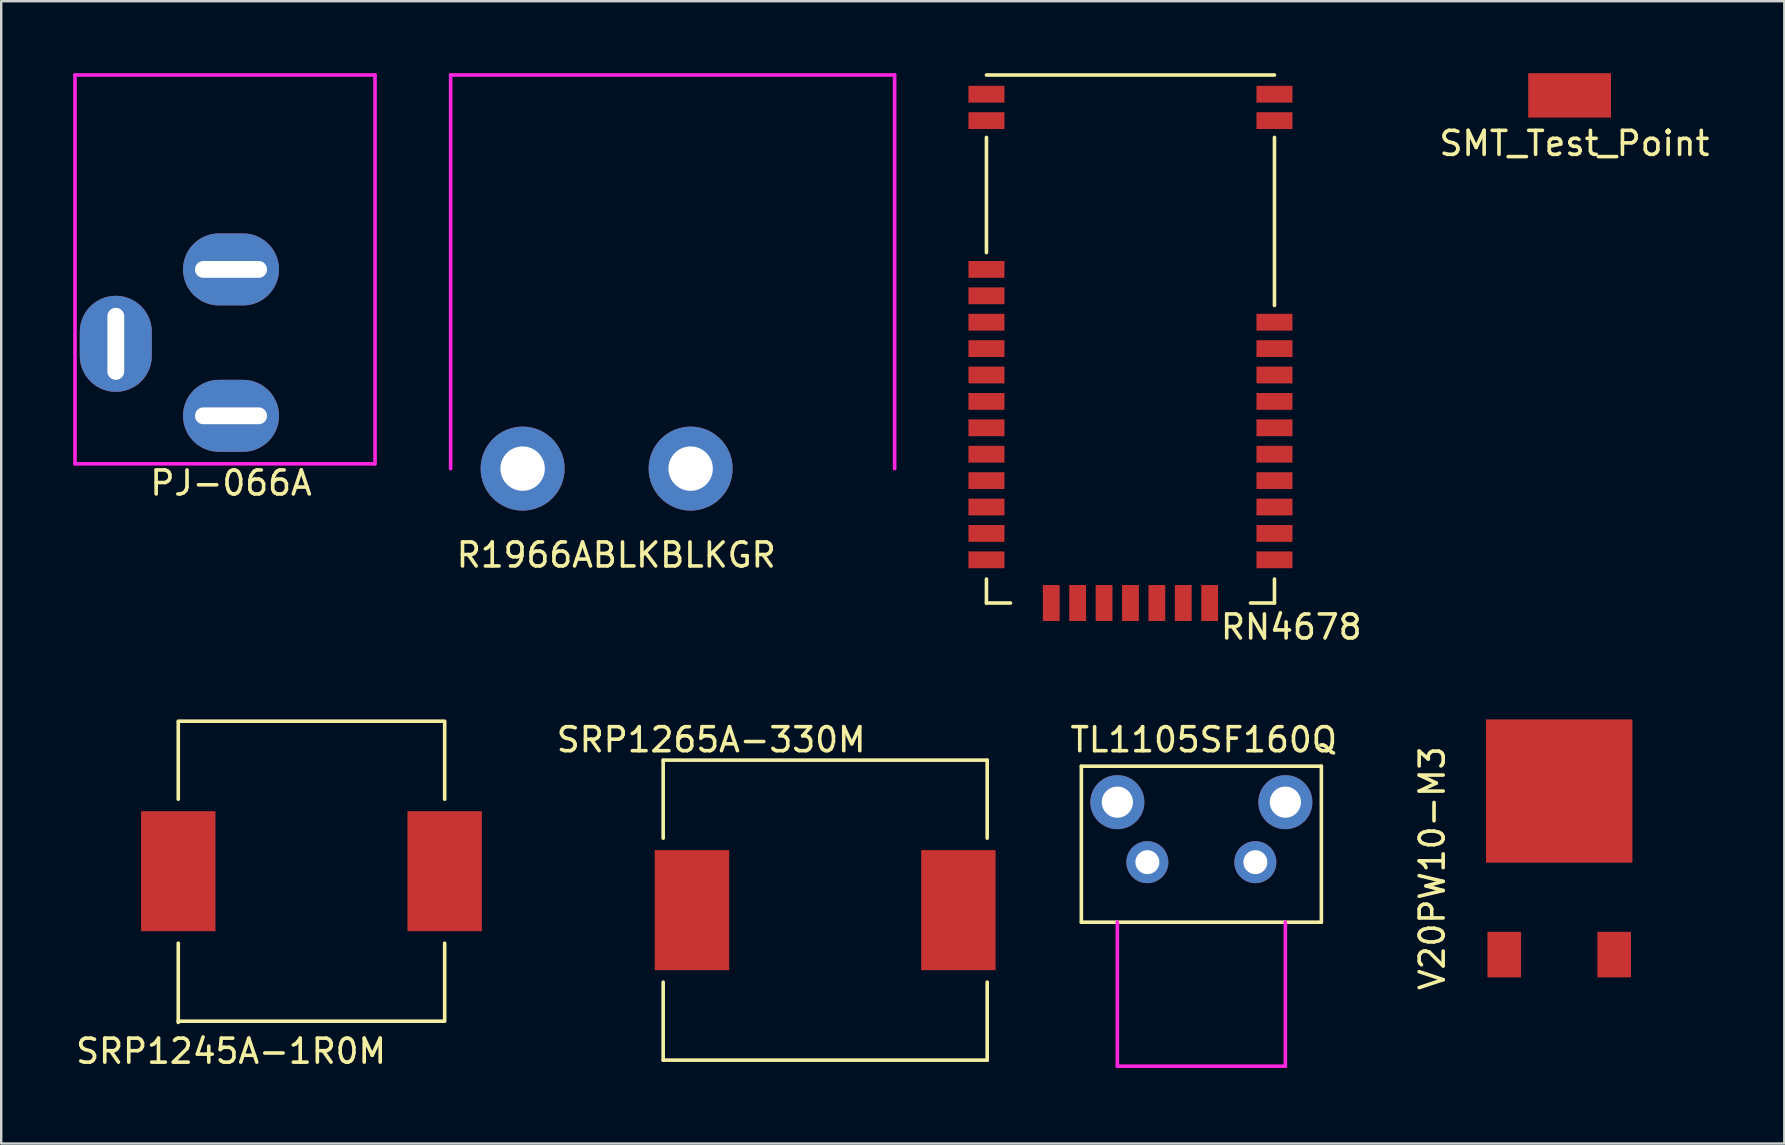
<source format=kicad_pcb>
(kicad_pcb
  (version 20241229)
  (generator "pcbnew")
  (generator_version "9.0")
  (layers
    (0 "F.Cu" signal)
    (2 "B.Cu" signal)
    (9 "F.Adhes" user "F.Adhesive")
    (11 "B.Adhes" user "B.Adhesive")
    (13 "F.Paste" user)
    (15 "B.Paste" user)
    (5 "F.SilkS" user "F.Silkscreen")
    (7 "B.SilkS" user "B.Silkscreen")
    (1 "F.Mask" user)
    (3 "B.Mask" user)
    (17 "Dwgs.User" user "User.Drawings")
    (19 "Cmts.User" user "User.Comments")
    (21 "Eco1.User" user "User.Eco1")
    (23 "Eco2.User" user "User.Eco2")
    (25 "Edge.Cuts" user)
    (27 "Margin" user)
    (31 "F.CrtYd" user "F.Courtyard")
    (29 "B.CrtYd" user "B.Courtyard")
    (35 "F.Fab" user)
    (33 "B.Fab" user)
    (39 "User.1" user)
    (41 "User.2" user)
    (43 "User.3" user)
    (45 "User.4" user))
  (footprint "R1966ABLKBLKGR"
    (layer "F.Cu")
    (at 18.725 16.475)
    (property "Reference" "R1966ABLKBLKGR" (at 3.9 3.6 0) (layer "F.SilkS") (effects (font (size 1 1) (thickness 0.15))))
    (attr through_hole)
    (fp_line (start -3 -16.4) (end 15.5 -16.4) (stroke (width 0.15) (type solid)) (layer "F.CrtYd"))
    (fp_line (start -3 0) (end -3 -16.4) (stroke (width 0.15) (type solid)) (layer "F.CrtYd"))
    (fp_line (start 15.5 -16.4) (end 15.5 0) (stroke (width 0.15) (type solid)) (layer "F.CrtYd"))
    (pad "1" thru_hole circle (at 0 0) (size 3.5 3.5) (drill 1.85) (layers "*.Cu" "*.Mask"))
    (pad "2" thru_hole circle (at 7 0) (size 3.5 3.5) (drill 1.85) (layers "*.Cu" "*.Mask")))
  (footprint "TL1105SF160Q"
    (layer "F.Cu")
    (at 43.504 30.372)
    (property "Reference" "TL1105SF160Q" (at 3.6 -2.6 0) (layer "F.SilkS") (effects (font (size 1 1) (thickness 0.15))))
    (attr through_hole)
    (fp_line (start -1.5 -1.5) (end -1.5 5) (stroke (width 0.15) (type solid)) (layer "F.SilkS"))
    (fp_line (start -1.5 -1.5) (end 8.5 -1.5) (stroke (width 0.15) (type solid)) (layer "F.SilkS"))
    (fp_line (start 8.5 -1.5) (end 8.5 5) (stroke (width 0.15) (type solid)) (layer "F.SilkS"))
    (fp_line (start 8.5 5) (end -1.5 5) (stroke (width 0.15) (type solid)) (layer "F.SilkS"))
    (fp_line (start 0 5) (end 0 11) (stroke (width 0.15) (type solid)) (layer "F.CrtYd"))
    (fp_line (start 7 5) (end 7 11) (stroke (width 0.15) (type solid)) (layer "F.CrtYd"))
    (fp_line (start 7 11) (end 0 11) (stroke (width 0.15) (type solid)) (layer "F.CrtYd"))
    (pad "1" thru_hole circle (at 1.25 2.5) (size 1.75 1.75) (drill 1) (layers "*.Cu" "*.Mask"))
    (pad "2" thru_hole circle (at 5.75 2.5) (size 1.75 1.75) (drill 1) (layers "*.Cu" "*.Mask"))
    (pad "NC" thru_hole circle (at 0 0) (size 2.25 2.25) (drill 1.3) (layers "*.Cu" "*.Mask"))
    (pad "NC" thru_hole circle (at 7 0) (size 2.25 2.25) (drill 1.3) (layers "*.Cu" "*.Mask")))
  (footprint "SRP1265A-330M"
    (layer "F.Cu")
    (at 36.881 34.871)
    (property "Reference" "SRP1265A-330M" (at -10.3 -7.1 0) (layer "F.SilkS") (effects (font (size 1 1) (thickness 0.15))))
    (attr through_hole)
    (fp_line (start -12.3 -6.25) (end 1.2 -6.25) (stroke (width 0.15) (type solid)) (layer "F.SilkS"))
    (fp_line (start -12.3 -3) (end -12.3 -6.25) (stroke (width 0.15) (type solid)) (layer "F.SilkS"))
    (fp_line (start -12.3 6.25) (end -12.3 3) (stroke (width 0.15) (type solid)) (layer "F.SilkS"))
    (fp_line (start 1.2 -6.25) (end 1.2 -3) (stroke (width 0.15) (type solid)) (layer "F.SilkS"))
    (fp_line (start 1.2 3) (end 1.2 6.25) (stroke (width 0.15) (type solid)) (layer "F.SilkS"))
    (fp_line (start 1.2 6.25) (end -12.3 6.25) (stroke (width 0.15) (type solid)) (layer "F.SilkS"))
    (pad "1" smd rect (at 0 0) (size 3.1 5) (layers "F.Cu" "F.Mask" "F.Paste"))
    (pad "2" smd rect (at -11.1 0) (size 3.1 5) (layers "F.Cu" "F.Mask" "F.Paste")))
  (footprint "PJ-066A"
    (layer "F.Cu")
    (at 6.575 14.275)
    (property "Reference" "PJ-066A" (at 0 2.8 0) (layer "F.SilkS") (effects (font (size 1 1) (thickness 0.15))))
    (attr through_hole)
    (fp_line (start -6.5 -14.2) (end -6.5 2) (stroke (width 0.15) (type solid)) (layer "F.CrtYd"))
    (fp_line (start -6.5 -14.2) (end 6 -14.2) (stroke (width 0.15) (type solid)) (layer "F.CrtYd"))
    (fp_line (start 6 -14.2) (end 6 2) (stroke (width 0.15) (type solid)) (layer "F.CrtYd"))
    (fp_line (start 6 2) (end -6.5 2) (stroke (width 0.15) (type solid)) (layer "F.CrtYd"))
    (pad "1" thru_hole oval (at 0 0) (size 4 3) (drill oval 3 0.7) (layers "*.Cu" "*.Mask"))
    (pad "2" thru_hole oval (at 0 -6.1) (size 4 3) (drill oval 3 0.7) (layers "*.Cu" "*.Mask"))
    (pad "3" thru_hole oval (at -4.8 -3 90) (size 4 3) (drill oval 3 0.7) (layers "*.Cu" "*.Mask")))
  (footprint "SMT_Test_Point"
    (layer "F.Cu")
    (at 62.348 0.925)
    (property "Reference" "SMT_Test_Point" (at 0.2 2 0) (layer "F.SilkS") (effects (font (size 1 1) (thickness 0.15))))
    (attr through_hole)
    (pad "1" smd rect (at 0 0) (size 3.45 1.85) (layers "F.Cu" "F.Mask" "F.Paste")))
  (footprint "SRP1245A-1R0M"
    (layer "F.Cu")
    (at 4.377 33.248)
    (property "Reference" "SRP1245A-1R0M" (at 2.2 7.5 0) (layer "F.SilkS") (effects (font (size 1 1) (thickness 0.15))))
    (attr through_hole)
    (fp_line (start 0 -6.25) (end 11.1 -6.25) (stroke (width 0.15) (type solid)) (layer "F.SilkS"))
    (fp_line (start 0 -6.2) (end 0 -3) (stroke (width 0.15) (type solid)) (layer "F.SilkS"))
    (fp_line (start 0 6.25) (end 11.1 6.25) (stroke (width 0.15) (type solid)) (layer "F.SilkS"))
    (fp_line (start 0 6.3) (end 0 3) (stroke (width 0.15) (type solid)) (layer "F.SilkS"))
    (fp_line (start 11.1 -6.2) (end 11.1 -3) (stroke (width 0.15) (type solid)) (layer "F.SilkS"))
    (fp_line (start 11.1 6.2) (end 11.1 3) (stroke (width 0.15) (type solid)) (layer "F.SilkS"))
    (pad "1" smd rect (at 0 0) (size 3.1 5) (layers "F.Cu" "F.Mask" "F.Paste"))
    (pad "2" smd rect (at 11.1 0) (size 3.1 5) (layers "F.Cu" "F.Mask" "F.Paste")))
  (footprint "V20PW10-M3"
    (layer "F.Cu")
    (at 59.624 36.723)
    (property "Reference" "V20PW10-M3" (at -3 -3.6 90) (layer "F.SilkS") (effects (font (size 1 1) (thickness 0.15))))
    (attr through_hole)
    (pad "1" smd rect (at 0 0) (size 1.4 1.9) (layers "F.Cu" "F.Mask" "F.Paste"))
    (pad "2" smd rect (at 4.58 0) (size 1.4 1.9) (layers "F.Cu" "F.Mask" "F.Paste"))
    (pad "3" smd rect (at 2.29 -6.815) (size 6.1 5.97) (layers "F.Cu" "F.Mask" "F.Paste")))
  (footprint "RN4678"
    (layer "F.Cu")
    (at 38.05 22.075)
    (property "Reference" "RN4678" (at 12.7 1 0) (layer "F.SilkS") (effects (font (size 1 1) (thickness 0.15))))
    (attr through_hole)
    (fp_line (start 0 -22) (end 12 -22) (stroke (width 0.15) (type solid)) (layer "F.SilkS"))
    (fp_line (start 0 -14.6) (end 0 -19.4) (stroke (width 0.15) (type solid)) (layer "F.SilkS"))
    (fp_line (start 0 -1) (end 0 0) (stroke (width 0.15) (type solid)) (layer "F.SilkS"))
    (fp_line (start 0 0) (end 1 0) (stroke (width 0.15) (type solid)) (layer "F.SilkS"))
    (fp_line (start 12 -19.4) (end 12 -12.4) (stroke (width 0.15) (type solid)) (layer "F.SilkS"))
    (fp_line (start 12 0) (end 11 0) (stroke (width 0.15) (type solid)) (layer "F.SilkS"))
    (fp_line (start 12 0) (end 12 -1) (stroke (width 0.15) (type solid)) (layer "F.SilkS"))
    (fp_line (start 0 -18) (end 12 -18) (stroke (width 0.15) (type solid)) (layer "B.Paste"))
    (fp_line (start 7 -14.7) (end 7 -18) (stroke (width 0.15) (type solid)) (layer "B.Paste"))
    (fp_line (start 12 -14.7) (end 7 -14.7) (stroke (width 0.15) (type solid)) (layer "B.Paste"))
    (pad "1" smd rect (at 0 -21.2) (size 1.5 0.7) (layers "F.Cu" "F.Mask" "F.Paste"))
    (pad "2" smd rect (at 0 -20.1) (size 1.5 0.7) (layers "F.Cu" "F.Mask" "F.Paste"))
    (pad "3" smd rect (at 0 -13.9) (size 1.5 0.7) (layers "F.Cu" "F.Mask" "F.Paste"))
    (pad "4" smd rect (at 0 -12.8) (size 1.5 0.7) (layers "F.Cu" "F.Mask" "F.Paste"))
    (pad "5" smd rect (at 0 -11.7) (size 1.5 0.7) (layers "F.Cu" "F.Mask" "F.Paste"))
    (pad "6" smd rect (at 0 -10.6) (size 1.5 0.7) (layers "F.Cu" "F.Mask" "F.Paste"))
    (pad "7" smd rect (at 0 -9.5) (size 1.5 0.7) (layers "F.Cu" "F.Mask" "F.Paste"))
    (pad "8" smd rect (at 0 -8.4) (size 1.5 0.7) (layers "F.Cu" "F.Mask" "F.Paste"))
    (pad "9" smd rect (at 0 -7.3) (size 1.5 0.7) (layers "F.Cu" "F.Mask" "F.Paste"))
    (pad "10" smd rect (at 0 -6.2) (size 1.5 0.7) (layers "F.Cu" "F.Mask" "F.Paste"))
    (pad "11" smd rect (at 0 -5.1) (size 1.5 0.7) (layers "F.Cu" "F.Mask" "F.Paste"))
    (pad "12" smd rect (at 0 -4) (size 1.5 0.7) (layers "F.Cu" "F.Mask" "F.Paste"))
    (pad "13" smd rect (at 0 -2.9) (size 1.5 0.7) (layers "F.Cu" "F.Mask" "F.Paste"))
    (pad "14" smd rect (at 0 -1.8) (size 1.5 0.7) (layers "F.Cu" "F.Mask" "F.Paste"))
    (pad "15" smd rect (at 2.7 0) (size 0.7 1.5) (layers "F.Cu" "F.Mask" "F.Paste"))
    (pad "16" smd rect (at 3.8 0) (size 0.7 1.5) (layers "F.Cu" "F.Mask" "F.Paste"))
    (pad "17" smd rect (at 4.9 0) (size 0.7 1.5) (layers "F.Cu" "F.Mask" "F.Paste"))
    (pad "18" smd rect (at 6 0) (size 0.7 1.5) (layers "F.Cu" "F.Mask" "F.Paste"))
    (pad "19" smd rect (at 7.1 0) (size 0.7 1.5) (layers "F.Cu" "F.Mask" "F.Paste"))
    (pad "20" smd rect (at 8.2 0) (size 0.7 1.5) (layers "F.Cu" "F.Mask" "F.Paste"))
    (pad "21" smd rect (at 9.3 0) (size 0.7 1.5) (layers "F.Cu" "F.Mask" "F.Paste"))
    (pad "22" smd rect (at 12 -1.8) (size 1.5 0.7) (layers "F.Cu" "F.Mask" "F.Paste"))
    (pad "23" smd rect (at 12 -2.9) (size 1.5 0.7) (layers "F.Cu" "F.Mask" "F.Paste"))
    (pad "24" smd rect (at 12 -4) (size 1.5 0.7) (layers "F.Cu" "F.Mask" "F.Paste"))
    (pad "25" smd rect (at 12 -5.1) (size 1.5 0.7) (layers "F.Cu" "F.Mask" "F.Paste"))
    (pad "26" smd rect (at 12 -6.2) (size 1.5 0.7) (layers "F.Cu" "F.Mask" "F.Paste"))
    (pad "27" smd rect (at 12 -7.3) (size 1.5 0.7) (layers "F.Cu" "F.Mask" "F.Paste"))
    (pad "28" smd rect (at 12 -8.4) (size 1.5 0.7) (layers "F.Cu" "F.Mask" "F.Paste"))
    (pad "29" smd rect (at 12 -9.5) (size 1.5 0.7) (layers "F.Cu" "F.Mask" "F.Paste"))
    (pad "30" smd rect (at 12 -10.6) (size 1.5 0.7) (layers "F.Cu" "F.Mask" "F.Paste"))
    (pad "31" smd rect (at 12 -11.7) (size 1.5 0.7) (layers "F.Cu" "F.Mask" "F.Paste"))
    (pad "32" smd rect (at 12 -20.1) (size 1.5 0.7) (layers "F.Cu" "F.Mask" "F.Paste"))
    (pad "33" smd rect (at 12 -21.2) (size 1.5 0.7) (layers "F.Cu" "F.Mask" "F.Paste")))
  (gr_rect
    (start -3 -3)
    (end 71.292 44.596)
    (stroke (width 0.1) (type default))
    (fill no)
    (layer "Edge.Cuts")))
</source>
